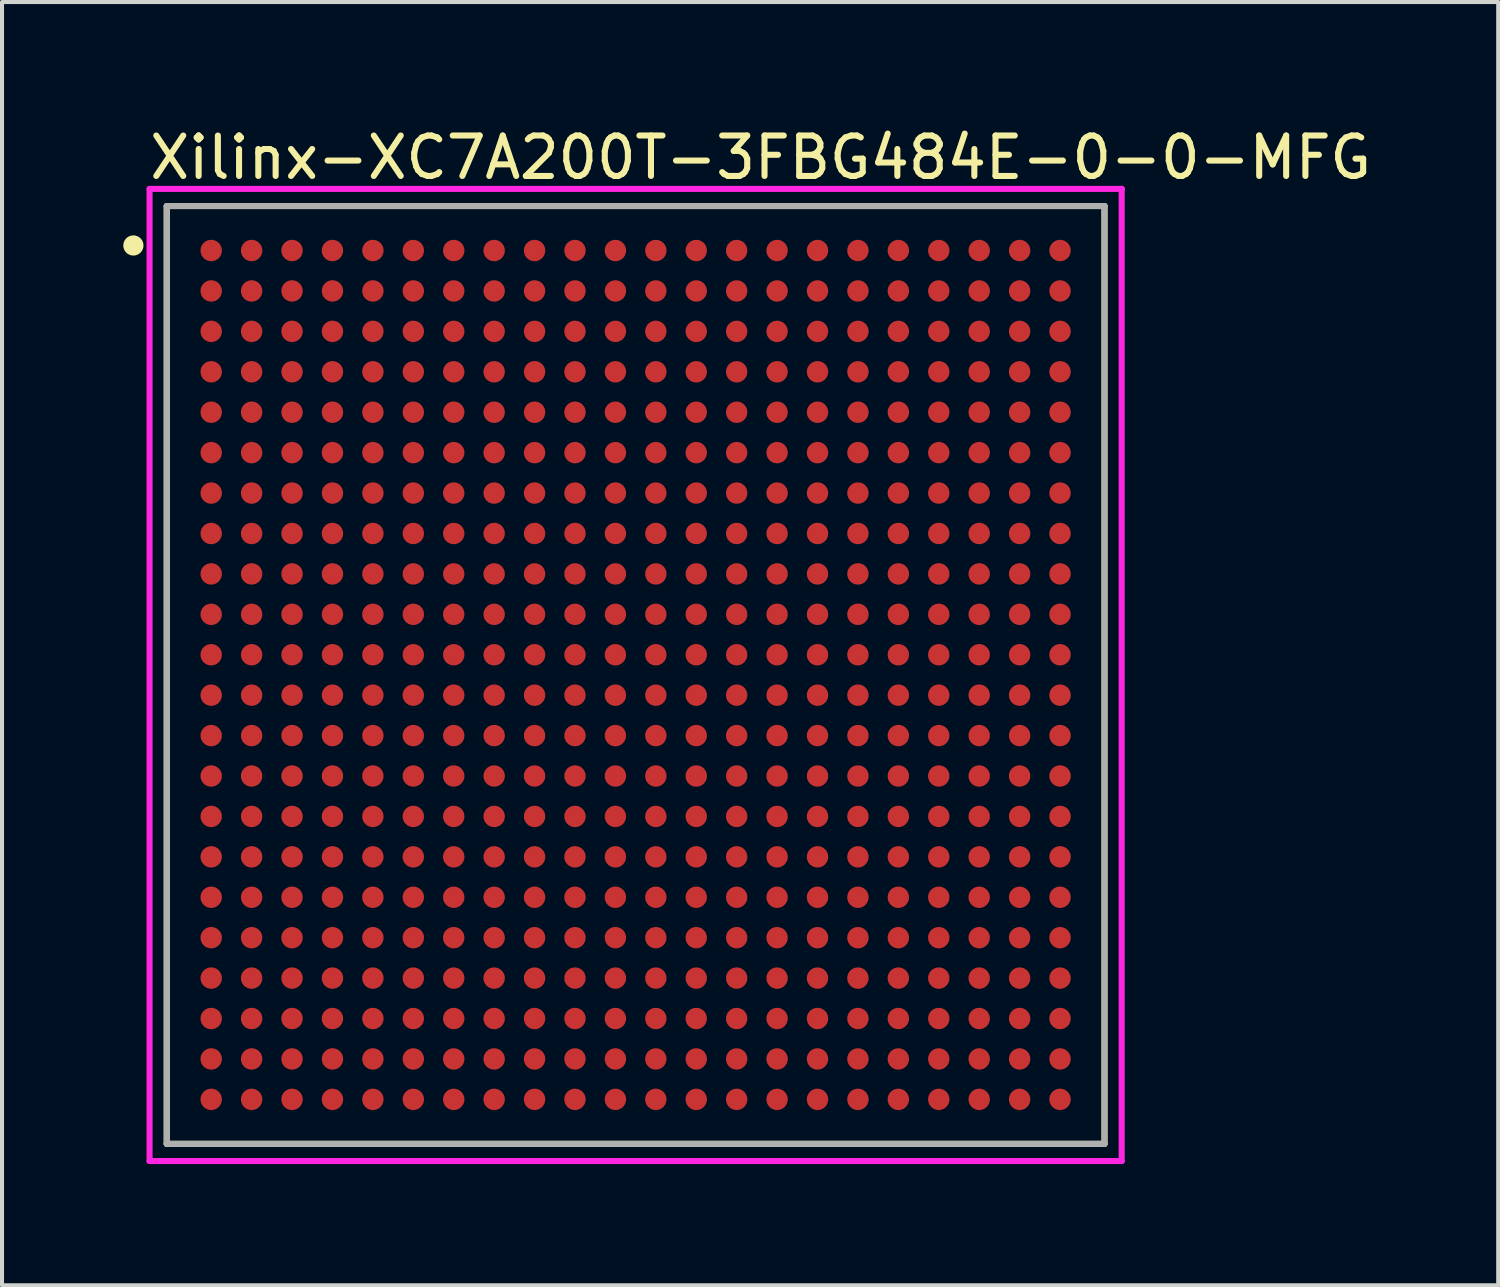
<source format=kicad_pcb>
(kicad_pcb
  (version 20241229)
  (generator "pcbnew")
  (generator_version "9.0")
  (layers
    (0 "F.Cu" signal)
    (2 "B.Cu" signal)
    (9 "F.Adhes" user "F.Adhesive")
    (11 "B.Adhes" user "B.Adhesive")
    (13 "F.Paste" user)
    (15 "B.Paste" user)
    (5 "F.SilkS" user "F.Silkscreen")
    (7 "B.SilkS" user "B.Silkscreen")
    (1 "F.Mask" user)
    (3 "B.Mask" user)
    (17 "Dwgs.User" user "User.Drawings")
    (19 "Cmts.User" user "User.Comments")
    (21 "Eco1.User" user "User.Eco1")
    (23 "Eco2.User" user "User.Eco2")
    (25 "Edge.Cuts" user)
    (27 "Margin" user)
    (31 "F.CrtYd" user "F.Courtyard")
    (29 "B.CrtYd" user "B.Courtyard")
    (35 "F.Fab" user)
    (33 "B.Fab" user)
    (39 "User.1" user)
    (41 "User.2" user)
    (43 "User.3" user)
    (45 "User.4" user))
  (footprint "Xilinx-XC7A200T-3FBG484E-0-0-MFG"
    (layer "F.Cu")
    (at 12.675 13.648)
    (property "Reference" "Xilinx-XC7A200T-3FBG484E-0-0-MFG" (at -12.1 -12.8 0) (layer "F.SilkS") (effects (font (size 1 1) (thickness 0.15)) (justify left)))
    (attr through_hole)
    (fp_line (start -11.6 -11.6) (end 11.6 -11.6) (stroke (width 0.15) (type solid)) (layer "F.SilkS"))
    (fp_line (start -11.6 11.6) (end -11.6 -11.6) (stroke (width 0.15) (type solid)) (layer "F.SilkS"))
    (fp_line (start 11.6 -11.6) (end 11.6 11.6) (stroke (width 0.15) (type solid)) (layer "F.SilkS"))
    (fp_line (start 11.6 11.6) (end -11.6 11.6) (stroke (width 0.15) (type solid)) (layer "F.SilkS"))
    (fp_circle (center -12.425 -10.625) (end -12.3 -10.625) (stroke (width 0.25) (type solid)) (fill no) (layer "F.SilkS"))
    (fp_line (start -12.025 -12.025) (end -12.025 12.025) (stroke (width 0.15) (type solid)) (layer "F.CrtYd"))
    (fp_line (start -12.025 12.025) (end 12.025 12.025) (stroke (width 0.15) (type solid)) (layer "F.CrtYd"))
    (fp_line (start 12.025 -12.025) (end -12.025 -12.025) (stroke (width 0.15) (type solid)) (layer "F.CrtYd"))
    (fp_line (start 12.025 -12.025) (end 12.025 -12.025) (stroke (width 0.15) (type solid)) (layer "F.CrtYd"))
    (fp_line (start 12.025 12.025) (end 12.025 -12.025) (stroke (width 0.15) (type solid)) (layer "F.CrtYd"))
    (fp_line (start -11.6 -11.6) (end 11.6 -11.6) (stroke (width 0.15) (type solid)) (layer "F.Fab"))
    (fp_line (start -11.6 11.6) (end -11.6 -11.6) (stroke (width 0.15) (type solid)) (layer "F.Fab"))
    (fp_line (start 11.6 -11.6) (end 11.6 11.6) (stroke (width 0.15) (type solid)) (layer "F.Fab"))
    (fp_line (start 11.6 11.6) (end -11.6 11.6) (stroke (width 0.15) (type solid)) (layer "F.Fab"))
    (pad "A1" smd circle (at -10.5 -10.5) (size 0.53 0.53) (layers "F.Cu" "F.Mask" "F.Paste"))
    (pad "A2" smd circle (at -9.5 -10.5) (size 0.53 0.53) (layers "F.Cu" "F.Mask" "F.Paste"))
    (pad "A3" smd circle (at -8.5 -10.5) (size 0.53 0.53) (layers "F.Cu" "F.Mask" "F.Paste"))
    (pad "A4" smd circle (at -7.5 -10.5) (size 0.53 0.53) (layers "F.Cu" "F.Mask" "F.Paste"))
    (pad "A5" smd circle (at -6.5 -10.5) (size 0.53 0.53) (layers "F.Cu" "F.Mask" "F.Paste"))
    (pad "A6" smd circle (at -5.5 -10.5) (size 0.53 0.53) (layers "F.Cu" "F.Mask" "F.Paste"))
    (pad "A7" smd circle (at -4.5 -10.5) (size 0.53 0.53) (layers "F.Cu" "F.Mask" "F.Paste"))
    (pad "A8" smd circle (at -3.5 -10.5) (size 0.53 0.53) (layers "F.Cu" "F.Mask" "F.Paste"))
    (pad "A9" smd circle (at -2.5 -10.5) (size 0.53 0.53) (layers "F.Cu" "F.Mask" "F.Paste"))
    (pad "A10" smd circle (at -1.5 -10.5) (size 0.53 0.53) (layers "F.Cu" "F.Mask" "F.Paste"))
    (pad "A11" smd circle (at -0.5 -10.5) (size 0.53 0.53) (layers "F.Cu" "F.Mask" "F.Paste"))
    (pad "A12" smd circle (at 0.5 -10.5) (size 0.53 0.53) (layers "F.Cu" "F.Mask" "F.Paste"))
    (pad "A13" smd circle (at 1.5 -10.5) (size 0.53 0.53) (layers "F.Cu" "F.Mask" "F.Paste"))
    (pad "A14" smd circle (at 2.5 -10.5) (size 0.53 0.53) (layers "F.Cu" "F.Mask" "F.Paste"))
    (pad "A15" smd circle (at 3.5 -10.5) (size 0.53 0.53) (layers "F.Cu" "F.Mask" "F.Paste"))
    (pad "A16" smd circle (at 4.5 -10.5) (size 0.53 0.53) (layers "F.Cu" "F.Mask" "F.Paste"))
    (pad "A17" smd circle (at 5.5 -10.5) (size 0.53 0.53) (layers "F.Cu" "F.Mask" "F.Paste"))
    (pad "A18" smd circle (at 6.5 -10.5) (size 0.53 0.53) (layers "F.Cu" "F.Mask" "F.Paste"))
    (pad "A19" smd circle (at 7.5 -10.5) (size 0.53 0.53) (layers "F.Cu" "F.Mask" "F.Paste"))
    (pad "A20" smd circle (at 8.5 -10.5) (size 0.53 0.53) (layers "F.Cu" "F.Mask" "F.Paste"))
    (pad "A21" smd circle (at 9.5 -10.5) (size 0.53 0.53) (layers "F.Cu" "F.Mask" "F.Paste"))
    (pad "A22" smd circle (at 10.5 -10.5) (size 0.53 0.53) (layers "F.Cu" "F.Mask" "F.Paste"))
    (pad "AA1" smd circle (at -10.5 9.5) (size 0.53 0.53) (layers "F.Cu" "F.Mask" "F.Paste"))
    (pad "AA2" smd circle (at -9.5 9.5) (size 0.53 0.53) (layers "F.Cu" "F.Mask" "F.Paste"))
    (pad "AA3" smd circle (at -8.5 9.5) (size 0.53 0.53) (layers "F.Cu" "F.Mask" "F.Paste"))
    (pad "AA4" smd circle (at -7.5 9.5) (size 0.53 0.53) (layers "F.Cu" "F.Mask" "F.Paste"))
    (pad "AA5" smd circle (at -6.5 9.5) (size 0.53 0.53) (layers "F.Cu" "F.Mask" "F.Paste"))
    (pad "AA6" smd circle (at -5.5 9.5) (size 0.53 0.53) (layers "F.Cu" "F.Mask" "F.Paste"))
    (pad "AA7" smd circle (at -4.5 9.5) (size 0.53 0.53) (layers "F.Cu" "F.Mask" "F.Paste"))
    (pad "AA8" smd circle (at -3.5 9.5) (size 0.53 0.53) (layers "F.Cu" "F.Mask" "F.Paste"))
    (pad "AA9" smd circle (at -2.5 9.5) (size 0.53 0.53) (layers "F.Cu" "F.Mask" "F.Paste"))
    (pad "AA10" smd circle (at -1.5 9.5) (size 0.53 0.53) (layers "F.Cu" "F.Mask" "F.Paste"))
    (pad "AA11" smd circle (at -0.5 9.5) (size 0.53 0.53) (layers "F.Cu" "F.Mask" "F.Paste"))
    (pad "AA12" smd circle (at 0.5 9.5) (size 0.53 0.53) (layers "F.Cu" "F.Mask" "F.Paste"))
    (pad "AA13" smd circle (at 1.5 9.5) (size 0.53 0.53) (layers "F.Cu" "F.Mask" "F.Paste"))
    (pad "AA14" smd circle (at 2.5 9.5) (size 0.53 0.53) (layers "F.Cu" "F.Mask" "F.Paste"))
    (pad "AA15" smd circle (at 3.5 9.5) (size 0.53 0.53) (layers "F.Cu" "F.Mask" "F.Paste"))
    (pad "AA16" smd circle (at 4.5 9.5) (size 0.53 0.53) (layers "F.Cu" "F.Mask" "F.Paste"))
    (pad "AA17" smd circle (at 5.5 9.5) (size 0.53 0.53) (layers "F.Cu" "F.Mask" "F.Paste"))
    (pad "AA18" smd circle (at 6.5 9.5) (size 0.53 0.53) (layers "F.Cu" "F.Mask" "F.Paste"))
    (pad "AA19" smd circle (at 7.5 9.5) (size 0.53 0.53) (layers "F.Cu" "F.Mask" "F.Paste"))
    (pad "AA20" smd circle (at 8.5 9.5) (size 0.53 0.53) (layers "F.Cu" "F.Mask" "F.Paste"))
    (pad "AA21" smd circle (at 9.5 9.5) (size 0.53 0.53) (layers "F.Cu" "F.Mask" "F.Paste"))
    (pad "AA22" smd circle (at 10.5 9.5) (size 0.53 0.53) (layers "F.Cu" "F.Mask" "F.Paste"))
    (pad "AB1" smd circle (at -10.5 10.5) (size 0.53 0.53) (layers "F.Cu" "F.Mask" "F.Paste"))
    (pad "AB2" smd circle (at -9.5 10.5) (size 0.53 0.53) (layers "F.Cu" "F.Mask" "F.Paste"))
    (pad "AB3" smd circle (at -8.5 10.5) (size 0.53 0.53) (layers "F.Cu" "F.Mask" "F.Paste"))
    (pad "AB4" smd circle (at -7.5 10.5) (size 0.53 0.53) (layers "F.Cu" "F.Mask" "F.Paste"))
    (pad "AB5" smd circle (at -6.5 10.5) (size 0.53 0.53) (layers "F.Cu" "F.Mask" "F.Paste"))
    (pad "AB6" smd circle (at -5.5 10.5) (size 0.53 0.53) (layers "F.Cu" "F.Mask" "F.Paste"))
    (pad "AB7" smd circle (at -4.5 10.5) (size 0.53 0.53) (layers "F.Cu" "F.Mask" "F.Paste"))
    (pad "AB8" smd circle (at -3.5 10.5) (size 0.53 0.53) (layers "F.Cu" "F.Mask" "F.Paste"))
    (pad "AB9" smd circle (at -2.5 10.5) (size 0.53 0.53) (layers "F.Cu" "F.Mask" "F.Paste"))
    (pad "AB10" smd circle (at -1.5 10.5) (size 0.53 0.53) (layers "F.Cu" "F.Mask" "F.Paste"))
    (pad "AB11" smd circle (at -0.5 10.5) (size 0.53 0.53) (layers "F.Cu" "F.Mask" "F.Paste"))
    (pad "AB12" smd circle (at 0.5 10.5) (size 0.53 0.53) (layers "F.Cu" "F.Mask" "F.Paste"))
    (pad "AB13" smd circle (at 1.5 10.5) (size 0.53 0.53) (layers "F.Cu" "F.Mask" "F.Paste"))
    (pad "AB14" smd circle (at 2.5 10.5) (size 0.53 0.53) (layers "F.Cu" "F.Mask" "F.Paste"))
    (pad "AB15" smd circle (at 3.5 10.5) (size 0.53 0.53) (layers "F.Cu" "F.Mask" "F.Paste"))
    (pad "AB16" smd circle (at 4.5 10.5) (size 0.53 0.53) (layers "F.Cu" "F.Mask" "F.Paste"))
    (pad "AB17" smd circle (at 5.5 10.5) (size 0.53 0.53) (layers "F.Cu" "F.Mask" "F.Paste"))
    (pad "AB18" smd circle (at 6.5 10.5) (size 0.53 0.53) (layers "F.Cu" "F.Mask" "F.Paste"))
    (pad "AB19" smd circle (at 7.5 10.5) (size 0.53 0.53) (layers "F.Cu" "F.Mask" "F.Paste"))
    (pad "AB20" smd circle (at 8.5 10.5) (size 0.53 0.53) (layers "F.Cu" "F.Mask" "F.Paste"))
    (pad "AB21" smd circle (at 9.5 10.5) (size 0.53 0.53) (layers "F.Cu" "F.Mask" "F.Paste"))
    (pad "AB22" smd circle (at 10.5 10.5) (size 0.53 0.53) (layers "F.Cu" "F.Mask" "F.Paste"))
    (pad "B1" smd circle (at -10.5 -9.5) (size 0.53 0.53) (layers "F.Cu" "F.Mask" "F.Paste"))
    (pad "B2" smd circle (at -9.5 -9.5) (size 0.53 0.53) (layers "F.Cu" "F.Mask" "F.Paste"))
    (pad "B3" smd circle (at -8.5 -9.5) (size 0.53 0.53) (layers "F.Cu" "F.Mask" "F.Paste"))
    (pad "B4" smd circle (at -7.5 -9.5) (size 0.53 0.53) (layers "F.Cu" "F.Mask" "F.Paste"))
    (pad "B5" smd circle (at -6.5 -9.5) (size 0.53 0.53) (layers "F.Cu" "F.Mask" "F.Paste"))
    (pad "B6" smd circle (at -5.5 -9.5) (size 0.53 0.53) (layers "F.Cu" "F.Mask" "F.Paste"))
    (pad "B7" smd circle (at -4.5 -9.5) (size 0.53 0.53) (layers "F.Cu" "F.Mask" "F.Paste"))
    (pad "B8" smd circle (at -3.5 -9.5) (size 0.53 0.53) (layers "F.Cu" "F.Mask" "F.Paste"))
    (pad "B9" smd circle (at -2.5 -9.5) (size 0.53 0.53) (layers "F.Cu" "F.Mask" "F.Paste"))
    (pad "B10" smd circle (at -1.5 -9.5) (size 0.53 0.53) (layers "F.Cu" "F.Mask" "F.Paste"))
    (pad "B11" smd circle (at -0.5 -9.5) (size 0.53 0.53) (layers "F.Cu" "F.Mask" "F.Paste"))
    (pad "B12" smd circle (at 0.5 -9.5) (size 0.53 0.53) (layers "F.Cu" "F.Mask" "F.Paste"))
    (pad "B13" smd circle (at 1.5 -9.5) (size 0.53 0.53) (layers "F.Cu" "F.Mask" "F.Paste"))
    (pad "B14" smd circle (at 2.5 -9.5) (size 0.53 0.53) (layers "F.Cu" "F.Mask" "F.Paste"))
    (pad "B15" smd circle (at 3.5 -9.5) (size 0.53 0.53) (layers "F.Cu" "F.Mask" "F.Paste"))
    (pad "B16" smd circle (at 4.5 -9.5) (size 0.53 0.53) (layers "F.Cu" "F.Mask" "F.Paste"))
    (pad "B17" smd circle (at 5.5 -9.5) (size 0.53 0.53) (layers "F.Cu" "F.Mask" "F.Paste"))
    (pad "B18" smd circle (at 6.5 -9.5) (size 0.53 0.53) (layers "F.Cu" "F.Mask" "F.Paste"))
    (pad "B19" smd circle (at 7.5 -9.5) (size 0.53 0.53) (layers "F.Cu" "F.Mask" "F.Paste"))
    (pad "B20" smd circle (at 8.5 -9.5) (size 0.53 0.53) (layers "F.Cu" "F.Mask" "F.Paste"))
    (pad "B21" smd circle (at 9.5 -9.5) (size 0.53 0.53) (layers "F.Cu" "F.Mask" "F.Paste"))
    (pad "B22" smd circle (at 10.5 -9.5) (size 0.53 0.53) (layers "F.Cu" "F.Mask" "F.Paste"))
    (pad "C1" smd circle (at -10.5 -8.5) (size 0.53 0.53) (layers "F.Cu" "F.Mask" "F.Paste"))
    (pad "C2" smd circle (at -9.5 -8.5) (size 0.53 0.53) (layers "F.Cu" "F.Mask" "F.Paste"))
    (pad "C3" smd circle (at -8.5 -8.5) (size 0.53 0.53) (layers "F.Cu" "F.Mask" "F.Paste"))
    (pad "C4" smd circle (at -7.5 -8.5) (size 0.53 0.53) (layers "F.Cu" "F.Mask" "F.Paste"))
    (pad "C5" smd circle (at -6.5 -8.5) (size 0.53 0.53) (layers "F.Cu" "F.Mask" "F.Paste"))
    (pad "C6" smd circle (at -5.5 -8.5) (size 0.53 0.53) (layers "F.Cu" "F.Mask" "F.Paste"))
    (pad "C7" smd circle (at -4.5 -8.5) (size 0.53 0.53) (layers "F.Cu" "F.Mask" "F.Paste"))
    (pad "C8" smd circle (at -3.5 -8.5) (size 0.53 0.53) (layers "F.Cu" "F.Mask" "F.Paste"))
    (pad "C9" smd circle (at -2.5 -8.5) (size 0.53 0.53) (layers "F.Cu" "F.Mask" "F.Paste"))
    (pad "C10" smd circle (at -1.5 -8.5) (size 0.53 0.53) (layers "F.Cu" "F.Mask" "F.Paste"))
    (pad "C11" smd circle (at -0.5 -8.5) (size 0.53 0.53) (layers "F.Cu" "F.Mask" "F.Paste"))
    (pad "C12" smd circle (at 0.5 -8.5) (size 0.53 0.53) (layers "F.Cu" "F.Mask" "F.Paste"))
    (pad "C13" smd circle (at 1.5 -8.5) (size 0.53 0.53) (layers "F.Cu" "F.Mask" "F.Paste"))
    (pad "C14" smd circle (at 2.5 -8.5) (size 0.53 0.53) (layers "F.Cu" "F.Mask" "F.Paste"))
    (pad "C15" smd circle (at 3.5 -8.5) (size 0.53 0.53) (layers "F.Cu" "F.Mask" "F.Paste"))
    (pad "C16" smd circle (at 4.5 -8.5) (size 0.53 0.53) (layers "F.Cu" "F.Mask" "F.Paste"))
    (pad "C17" smd circle (at 5.5 -8.5) (size 0.53 0.53) (layers "F.Cu" "F.Mask" "F.Paste"))
    (pad "C18" smd circle (at 6.5 -8.5) (size 0.53 0.53) (layers "F.Cu" "F.Mask" "F.Paste"))
    (pad "C19" smd circle (at 7.5 -8.5) (size 0.53 0.53) (layers "F.Cu" "F.Mask" "F.Paste"))
    (pad "C20" smd circle (at 8.5 -8.5) (size 0.53 0.53) (layers "F.Cu" "F.Mask" "F.Paste"))
    (pad "C21" smd circle (at 9.5 -8.5) (size 0.53 0.53) (layers "F.Cu" "F.Mask" "F.Paste"))
    (pad "C22" smd circle (at 10.5 -8.5) (size 0.53 0.53) (layers "F.Cu" "F.Mask" "F.Paste"))
    (pad "D1" smd circle (at -10.5 -7.5) (size 0.53 0.53) (layers "F.Cu" "F.Mask" "F.Paste"))
    (pad "D2" smd circle (at -9.5 -7.5) (size 0.53 0.53) (layers "F.Cu" "F.Mask" "F.Paste"))
    (pad "D3" smd circle (at -8.5 -7.5) (size 0.53 0.53) (layers "F.Cu" "F.Mask" "F.Paste"))
    (pad "D4" smd circle (at -7.5 -7.5) (size 0.53 0.53) (layers "F.Cu" "F.Mask" "F.Paste"))
    (pad "D5" smd circle (at -6.5 -7.5) (size 0.53 0.53) (layers "F.Cu" "F.Mask" "F.Paste"))
    (pad "D6" smd circle (at -5.5 -7.5) (size 0.53 0.53) (layers "F.Cu" "F.Mask" "F.Paste"))
    (pad "D7" smd circle (at -4.5 -7.5) (size 0.53 0.53) (layers "F.Cu" "F.Mask" "F.Paste"))
    (pad "D8" smd circle (at -3.5 -7.5) (size 0.53 0.53) (layers "F.Cu" "F.Mask" "F.Paste"))
    (pad "D9" smd circle (at -2.5 -7.5) (size 0.53 0.53) (layers "F.Cu" "F.Mask" "F.Paste"))
    (pad "D10" smd circle (at -1.5 -7.5) (size 0.53 0.53) (layers "F.Cu" "F.Mask" "F.Paste"))
    (pad "D11" smd circle (at -0.5 -7.5) (size 0.53 0.53) (layers "F.Cu" "F.Mask" "F.Paste"))
    (pad "D12" smd circle (at 0.5 -7.5) (size 0.53 0.53) (layers "F.Cu" "F.Mask" "F.Paste"))
    (pad "D13" smd circle (at 1.5 -7.5) (size 0.53 0.53) (layers "F.Cu" "F.Mask" "F.Paste"))
    (pad "D14" smd circle (at 2.5 -7.5) (size 0.53 0.53) (layers "F.Cu" "F.Mask" "F.Paste"))
    (pad "D15" smd circle (at 3.5 -7.5) (size 0.53 0.53) (layers "F.Cu" "F.Mask" "F.Paste"))
    (pad "D16" smd circle (at 4.5 -7.5) (size 0.53 0.53) (layers "F.Cu" "F.Mask" "F.Paste"))
    (pad "D17" smd circle (at 5.5 -7.5) (size 0.53 0.53) (layers "F.Cu" "F.Mask" "F.Paste"))
    (pad "D18" smd circle (at 6.5 -7.5) (size 0.53 0.53) (layers "F.Cu" "F.Mask" "F.Paste"))
    (pad "D19" smd circle (at 7.5 -7.5) (size 0.53 0.53) (layers "F.Cu" "F.Mask" "F.Paste"))
    (pad "D20" smd circle (at 8.5 -7.5) (size 0.53 0.53) (layers "F.Cu" "F.Mask" "F.Paste"))
    (pad "D21" smd circle (at 9.5 -7.5) (size 0.53 0.53) (layers "F.Cu" "F.Mask" "F.Paste"))
    (pad "D22" smd circle (at 10.5 -7.5) (size 0.53 0.53) (layers "F.Cu" "F.Mask" "F.Paste"))
    (pad "E1" smd circle (at -10.5 -6.5) (size 0.53 0.53) (layers "F.Cu" "F.Mask" "F.Paste"))
    (pad "E2" smd circle (at -9.5 -6.5) (size 0.53 0.53) (layers "F.Cu" "F.Mask" "F.Paste"))
    (pad "E3" smd circle (at -8.5 -6.5) (size 0.53 0.53) (layers "F.Cu" "F.Mask" "F.Paste"))
    (pad "E4" smd circle (at -7.5 -6.5) (size 0.53 0.53) (layers "F.Cu" "F.Mask" "F.Paste"))
    (pad "E5" smd circle (at -6.5 -6.5) (size 0.53 0.53) (layers "F.Cu" "F.Mask" "F.Paste"))
    (pad "E6" smd circle (at -5.5 -6.5) (size 0.53 0.53) (layers "F.Cu" "F.Mask" "F.Paste"))
    (pad "E7" smd circle (at -4.5 -6.5) (size 0.53 0.53) (layers "F.Cu" "F.Mask" "F.Paste"))
    (pad "E8" smd circle (at -3.5 -6.5) (size 0.53 0.53) (layers "F.Cu" "F.Mask" "F.Paste"))
    (pad "E9" smd circle (at -2.5 -6.5) (size 0.53 0.53) (layers "F.Cu" "F.Mask" "F.Paste"))
    (pad "E10" smd circle (at -1.5 -6.5) (size 0.53 0.53) (layers "F.Cu" "F.Mask" "F.Paste"))
    (pad "E11" smd circle (at -0.5 -6.5) (size 0.53 0.53) (layers "F.Cu" "F.Mask" "F.Paste"))
    (pad "E12" smd circle (at 0.5 -6.5) (size 0.53 0.53) (layers "F.Cu" "F.Mask" "F.Paste"))
    (pad "E13" smd circle (at 1.5 -6.5) (size 0.53 0.53) (layers "F.Cu" "F.Mask" "F.Paste"))
    (pad "E14" smd circle (at 2.5 -6.5) (size 0.53 0.53) (layers "F.Cu" "F.Mask" "F.Paste"))
    (pad "E15" smd circle (at 3.5 -6.5) (size 0.53 0.53) (layers "F.Cu" "F.Mask" "F.Paste"))
    (pad "E16" smd circle (at 4.5 -6.5) (size 0.53 0.53) (layers "F.Cu" "F.Mask" "F.Paste"))
    (pad "E17" smd circle (at 5.5 -6.5) (size 0.53 0.53) (layers "F.Cu" "F.Mask" "F.Paste"))
    (pad "E18" smd circle (at 6.5 -6.5) (size 0.53 0.53) (layers "F.Cu" "F.Mask" "F.Paste"))
    (pad "E19" smd circle (at 7.5 -6.5) (size 0.53 0.53) (layers "F.Cu" "F.Mask" "F.Paste"))
    (pad "E20" smd circle (at 8.5 -6.5) (size 0.53 0.53) (layers "F.Cu" "F.Mask" "F.Paste"))
    (pad "E21" smd circle (at 9.5 -6.5) (size 0.53 0.53) (layers "F.Cu" "F.Mask" "F.Paste"))
    (pad "E22" smd circle (at 10.5 -6.5) (size 0.53 0.53) (layers "F.Cu" "F.Mask" "F.Paste"))
    (pad "F1" smd circle (at -10.5 -5.5) (size 0.53 0.53) (layers "F.Cu" "F.Mask" "F.Paste"))
    (pad "F2" smd circle (at -9.5 -5.5) (size 0.53 0.53) (layers "F.Cu" "F.Mask" "F.Paste"))
    (pad "F3" smd circle (at -8.5 -5.5) (size 0.53 0.53) (layers "F.Cu" "F.Mask" "F.Paste"))
    (pad "F4" smd circle (at -7.5 -5.5) (size 0.53 0.53) (layers "F.Cu" "F.Mask" "F.Paste"))
    (pad "F5" smd circle (at -6.5 -5.5) (size 0.53 0.53) (layers "F.Cu" "F.Mask" "F.Paste"))
    (pad "F6" smd circle (at -5.5 -5.5) (size 0.53 0.53) (layers "F.Cu" "F.Mask" "F.Paste"))
    (pad "F7" smd circle (at -4.5 -5.5) (size 0.53 0.53) (layers "F.Cu" "F.Mask" "F.Paste"))
    (pad "F8" smd circle (at -3.5 -5.5) (size 0.53 0.53) (layers "F.Cu" "F.Mask" "F.Paste"))
    (pad "F9" smd circle (at -2.5 -5.5) (size 0.53 0.53) (layers "F.Cu" "F.Mask" "F.Paste"))
    (pad "F10" smd circle (at -1.5 -5.5) (size 0.53 0.53) (layers "F.Cu" "F.Mask" "F.Paste"))
    (pad "F11" smd circle (at -0.5 -5.5) (size 0.53 0.53) (layers "F.Cu" "F.Mask" "F.Paste"))
    (pad "F12" smd circle (at 0.5 -5.5) (size 0.53 0.53) (layers "F.Cu" "F.Mask" "F.Paste"))
    (pad "F13" smd circle (at 1.5 -5.5) (size 0.53 0.53) (layers "F.Cu" "F.Mask" "F.Paste"))
    (pad "F14" smd circle (at 2.5 -5.5) (size 0.53 0.53) (layers "F.Cu" "F.Mask" "F.Paste"))
    (pad "F15" smd circle (at 3.5 -5.5) (size 0.53 0.53) (layers "F.Cu" "F.Mask" "F.Paste"))
    (pad "F16" smd circle (at 4.5 -5.5) (size 0.53 0.53) (layers "F.Cu" "F.Mask" "F.Paste"))
    (pad "F17" smd circle (at 5.5 -5.5) (size 0.53 0.53) (layers "F.Cu" "F.Mask" "F.Paste"))
    (pad "F18" smd circle (at 6.5 -5.5) (size 0.53 0.53) (layers "F.Cu" "F.Mask" "F.Paste"))
    (pad "F19" smd circle (at 7.5 -5.5) (size 0.53 0.53) (layers "F.Cu" "F.Mask" "F.Paste"))
    (pad "F20" smd circle (at 8.5 -5.5) (size 0.53 0.53) (layers "F.Cu" "F.Mask" "F.Paste"))
    (pad "F21" smd circle (at 9.5 -5.5) (size 0.53 0.53) (layers "F.Cu" "F.Mask" "F.Paste"))
    (pad "F22" smd circle (at 10.5 -5.5) (size 0.53 0.53) (layers "F.Cu" "F.Mask" "F.Paste"))
    (pad "G1" smd circle (at -10.5 -4.5) (size 0.53 0.53) (layers "F.Cu" "F.Mask" "F.Paste"))
    (pad "G2" smd circle (at -9.5 -4.5) (size 0.53 0.53) (layers "F.Cu" "F.Mask" "F.Paste"))
    (pad "G3" smd circle (at -8.5 -4.5) (size 0.53 0.53) (layers "F.Cu" "F.Mask" "F.Paste"))
    (pad "G4" smd circle (at -7.5 -4.5) (size 0.53 0.53) (layers "F.Cu" "F.Mask" "F.Paste"))
    (pad "G5" smd circle (at -6.5 -4.5) (size 0.53 0.53) (layers "F.Cu" "F.Mask" "F.Paste"))
    (pad "G6" smd circle (at -5.5 -4.5) (size 0.53 0.53) (layers "F.Cu" "F.Mask" "F.Paste"))
    (pad "G7" smd circle (at -4.5 -4.5) (size 0.53 0.53) (layers "F.Cu" "F.Mask" "F.Paste"))
    (pad "G8" smd circle (at -3.5 -4.5) (size 0.53 0.53) (layers "F.Cu" "F.Mask" "F.Paste"))
    (pad "G9" smd circle (at -2.5 -4.5) (size 0.53 0.53) (layers "F.Cu" "F.Mask" "F.Paste"))
    (pad "G10" smd circle (at -1.5 -4.5) (size 0.53 0.53) (layers "F.Cu" "F.Mask" "F.Paste"))
    (pad "G11" smd circle (at -0.5 -4.5) (size 0.53 0.53) (layers "F.Cu" "F.Mask" "F.Paste"))
    (pad "G12" smd circle (at 0.5 -4.5) (size 0.53 0.53) (layers "F.Cu" "F.Mask" "F.Paste"))
    (pad "G13" smd circle (at 1.5 -4.5) (size 0.53 0.53) (layers "F.Cu" "F.Mask" "F.Paste"))
    (pad "G14" smd circle (at 2.5 -4.5) (size 0.53 0.53) (layers "F.Cu" "F.Mask" "F.Paste"))
    (pad "G15" smd circle (at 3.5 -4.5) (size 0.53 0.53) (layers "F.Cu" "F.Mask" "F.Paste"))
    (pad "G16" smd circle (at 4.5 -4.5) (size 0.53 0.53) (layers "F.Cu" "F.Mask" "F.Paste"))
    (pad "G17" smd circle (at 5.5 -4.5) (size 0.53 0.53) (layers "F.Cu" "F.Mask" "F.Paste"))
    (pad "G18" smd circle (at 6.5 -4.5) (size 0.53 0.53) (layers "F.Cu" "F.Mask" "F.Paste"))
    (pad "G19" smd circle (at 7.5 -4.5) (size 0.53 0.53) (layers "F.Cu" "F.Mask" "F.Paste"))
    (pad "G20" smd circle (at 8.5 -4.5) (size 0.53 0.53) (layers "F.Cu" "F.Mask" "F.Paste"))
    (pad "G21" smd circle (at 9.5 -4.5) (size 0.53 0.53) (layers "F.Cu" "F.Mask" "F.Paste"))
    (pad "G22" smd circle (at 10.5 -4.5) (size 0.53 0.53) (layers "F.Cu" "F.Mask" "F.Paste"))
    (pad "H1" smd circle (at -10.5 -3.5) (size 0.53 0.53) (layers "F.Cu" "F.Mask" "F.Paste"))
    (pad "H2" smd circle (at -9.5 -3.5) (size 0.53 0.53) (layers "F.Cu" "F.Mask" "F.Paste"))
    (pad "H3" smd circle (at -8.5 -3.5) (size 0.53 0.53) (layers "F.Cu" "F.Mask" "F.Paste"))
    (pad "H4" smd circle (at -7.5 -3.5) (size 0.53 0.53) (layers "F.Cu" "F.Mask" "F.Paste"))
    (pad "H5" smd circle (at -6.5 -3.5) (size 0.53 0.53) (layers "F.Cu" "F.Mask" "F.Paste"))
    (pad "H6" smd circle (at -5.5 -3.5) (size 0.53 0.53) (layers "F.Cu" "F.Mask" "F.Paste"))
    (pad "H7" smd circle (at -4.5 -3.5) (size 0.53 0.53) (layers "F.Cu" "F.Mask" "F.Paste"))
    (pad "H8" smd circle (at -3.5 -3.5) (size 0.53 0.53) (layers "F.Cu" "F.Mask" "F.Paste"))
    (pad "H9" smd circle (at -2.5 -3.5) (size 0.53 0.53) (layers "F.Cu" "F.Mask" "F.Paste"))
    (pad "H10" smd circle (at -1.5 -3.5) (size 0.53 0.53) (layers "F.Cu" "F.Mask" "F.Paste"))
    (pad "H11" smd circle (at -0.5 -3.5) (size 0.53 0.53) (layers "F.Cu" "F.Mask" "F.Paste"))
    (pad "H12" smd circle (at 0.5 -3.5) (size 0.53 0.53) (layers "F.Cu" "F.Mask" "F.Paste"))
    (pad "H13" smd circle (at 1.5 -3.5) (size 0.53 0.53) (layers "F.Cu" "F.Mask" "F.Paste"))
    (pad "H14" smd circle (at 2.5 -3.5) (size 0.53 0.53) (layers "F.Cu" "F.Mask" "F.Paste"))
    (pad "H15" smd circle (at 3.5 -3.5) (size 0.53 0.53) (layers "F.Cu" "F.Mask" "F.Paste"))
    (pad "H16" smd circle (at 4.5 -3.5) (size 0.53 0.53) (layers "F.Cu" "F.Mask" "F.Paste"))
    (pad "H17" smd circle (at 5.5 -3.5) (size 0.53 0.53) (layers "F.Cu" "F.Mask" "F.Paste"))
    (pad "H18" smd circle (at 6.5 -3.5) (size 0.53 0.53) (layers "F.Cu" "F.Mask" "F.Paste"))
    (pad "H19" smd circle (at 7.5 -3.5) (size 0.53 0.53) (layers "F.Cu" "F.Mask" "F.Paste"))
    (pad "H20" smd circle (at 8.5 -3.5) (size 0.53 0.53) (layers "F.Cu" "F.Mask" "F.Paste"))
    (pad "H21" smd circle (at 9.5 -3.5) (size 0.53 0.53) (layers "F.Cu" "F.Mask" "F.Paste"))
    (pad "H22" smd circle (at 10.5 -3.5) (size 0.53 0.53) (layers "F.Cu" "F.Mask" "F.Paste"))
    (pad "J1" smd circle (at -10.5 -2.5) (size 0.53 0.53) (layers "F.Cu" "F.Mask" "F.Paste"))
    (pad "J2" smd circle (at -9.5 -2.5) (size 0.53 0.53) (layers "F.Cu" "F.Mask" "F.Paste"))
    (pad "J3" smd circle (at -8.5 -2.5) (size 0.53 0.53) (layers "F.Cu" "F.Mask" "F.Paste"))
    (pad "J4" smd circle (at -7.5 -2.5) (size 0.53 0.53) (layers "F.Cu" "F.Mask" "F.Paste"))
    (pad "J5" smd circle (at -6.5 -2.5) (size 0.53 0.53) (layers "F.Cu" "F.Mask" "F.Paste"))
    (pad "J6" smd circle (at -5.5 -2.5) (size 0.53 0.53) (layers "F.Cu" "F.Mask" "F.Paste"))
    (pad "J7" smd circle (at -4.5 -2.5) (size 0.53 0.53) (layers "F.Cu" "F.Mask" "F.Paste"))
    (pad "J8" smd circle (at -3.5 -2.5) (size 0.53 0.53) (layers "F.Cu" "F.Mask" "F.Paste"))
    (pad "J9" smd circle (at -2.5 -2.5) (size 0.53 0.53) (layers "F.Cu" "F.Mask" "F.Paste"))
    (pad "J10" smd circle (at -1.5 -2.5) (size 0.53 0.53) (layers "F.Cu" "F.Mask" "F.Paste"))
    (pad "J11" smd circle (at -0.5 -2.5) (size 0.53 0.53) (layers "F.Cu" "F.Mask" "F.Paste"))
    (pad "J12" smd circle (at 0.5 -2.5) (size 0.53 0.53) (layers "F.Cu" "F.Mask" "F.Paste"))
    (pad "J13" smd circle (at 1.5 -2.5) (size 0.53 0.53) (layers "F.Cu" "F.Mask" "F.Paste"))
    (pad "J14" smd circle (at 2.5 -2.5) (size 0.53 0.53) (layers "F.Cu" "F.Mask" "F.Paste"))
    (pad "J15" smd circle (at 3.5 -2.5) (size 0.53 0.53) (layers "F.Cu" "F.Mask" "F.Paste"))
    (pad "J16" smd circle (at 4.5 -2.5) (size 0.53 0.53) (layers "F.Cu" "F.Mask" "F.Paste"))
    (pad "J17" smd circle (at 5.5 -2.5) (size 0.53 0.53) (layers "F.Cu" "F.Mask" "F.Paste"))
    (pad "J18" smd circle (at 6.5 -2.5) (size 0.53 0.53) (layers "F.Cu" "F.Mask" "F.Paste"))
    (pad "J19" smd circle (at 7.5 -2.5) (size 0.53 0.53) (layers "F.Cu" "F.Mask" "F.Paste"))
    (pad "J20" smd circle (at 8.5 -2.5) (size 0.53 0.53) (layers "F.Cu" "F.Mask" "F.Paste"))
    (pad "J21" smd circle (at 9.5 -2.5) (size 0.53 0.53) (layers "F.Cu" "F.Mask" "F.Paste"))
    (pad "J22" smd circle (at 10.5 -2.5) (size 0.53 0.53) (layers "F.Cu" "F.Mask" "F.Paste"))
    (pad "K1" smd circle (at -10.5 -1.5) (size 0.53 0.53) (layers "F.Cu" "F.Mask" "F.Paste"))
    (pad "K2" smd circle (at -9.5 -1.5) (size 0.53 0.53) (layers "F.Cu" "F.Mask" "F.Paste"))
    (pad "K3" smd circle (at -8.5 -1.5) (size 0.53 0.53) (layers "F.Cu" "F.Mask" "F.Paste"))
    (pad "K4" smd circle (at -7.5 -1.5) (size 0.53 0.53) (layers "F.Cu" "F.Mask" "F.Paste"))
    (pad "K5" smd circle (at -6.5 -1.5) (size 0.53 0.53) (layers "F.Cu" "F.Mask" "F.Paste"))
    (pad "K6" smd circle (at -5.5 -1.5) (size 0.53 0.53) (layers "F.Cu" "F.Mask" "F.Paste"))
    (pad "K7" smd circle (at -4.5 -1.5) (size 0.53 0.53) (layers "F.Cu" "F.Mask" "F.Paste"))
    (pad "K8" smd circle (at -3.5 -1.5) (size 0.53 0.53) (layers "F.Cu" "F.Mask" "F.Paste"))
    (pad "K9" smd circle (at -2.5 -1.5) (size 0.53 0.53) (layers "F.Cu" "F.Mask" "F.Paste"))
    (pad "K10" smd circle (at -1.5 -1.5) (size 0.53 0.53) (layers "F.Cu" "F.Mask" "F.Paste"))
    (pad "K11" smd circle (at -0.5 -1.5) (size 0.53 0.53) (layers "F.Cu" "F.Mask" "F.Paste"))
    (pad "K12" smd circle (at 0.5 -1.5) (size 0.53 0.53) (layers "F.Cu" "F.Mask" "F.Paste"))
    (pad "K13" smd circle (at 1.5 -1.5) (size 0.53 0.53) (layers "F.Cu" "F.Mask" "F.Paste"))
    (pad "K14" smd circle (at 2.5 -1.5) (size 0.53 0.53) (layers "F.Cu" "F.Mask" "F.Paste"))
    (pad "K15" smd circle (at 3.5 -1.5) (size 0.53 0.53) (layers "F.Cu" "F.Mask" "F.Paste"))
    (pad "K16" smd circle (at 4.5 -1.5) (size 0.53 0.53) (layers "F.Cu" "F.Mask" "F.Paste"))
    (pad "K17" smd circle (at 5.5 -1.5) (size 0.53 0.53) (layers "F.Cu" "F.Mask" "F.Paste"))
    (pad "K18" smd circle (at 6.5 -1.5) (size 0.53 0.53) (layers "F.Cu" "F.Mask" "F.Paste"))
    (pad "K19" smd circle (at 7.5 -1.5) (size 0.53 0.53) (layers "F.Cu" "F.Mask" "F.Paste"))
    (pad "K20" smd circle (at 8.5 -1.5) (size 0.53 0.53) (layers "F.Cu" "F.Mask" "F.Paste"))
    (pad "K21" smd circle (at 9.5 -1.5) (size 0.53 0.53) (layers "F.Cu" "F.Mask" "F.Paste"))
    (pad "K22" smd circle (at 10.5 -1.5) (size 0.53 0.53) (layers "F.Cu" "F.Mask" "F.Paste"))
    (pad "L1" smd circle (at -10.5 -0.5) (size 0.53 0.53) (layers "F.Cu" "F.Mask" "F.Paste"))
    (pad "L2" smd circle (at -9.5 -0.5) (size 0.53 0.53) (layers "F.Cu" "F.Mask" "F.Paste"))
    (pad "L3" smd circle (at -8.5 -0.5) (size 0.53 0.53) (layers "F.Cu" "F.Mask" "F.Paste"))
    (pad "L4" smd circle (at -7.5 -0.5) (size 0.53 0.53) (layers "F.Cu" "F.Mask" "F.Paste"))
    (pad "L5" smd circle (at -6.5 -0.5) (size 0.53 0.53) (layers "F.Cu" "F.Mask" "F.Paste"))
    (pad "L6" smd circle (at -5.5 -0.5) (size 0.53 0.53) (layers "F.Cu" "F.Mask" "F.Paste"))
    (pad "L7" smd circle (at -4.5 -0.5) (size 0.53 0.53) (layers "F.Cu" "F.Mask" "F.Paste"))
    (pad "L8" smd circle (at -3.5 -0.5) (size 0.53 0.53) (layers "F.Cu" "F.Mask" "F.Paste"))
    (pad "L9" smd circle (at -2.5 -0.5) (size 0.53 0.53) (layers "F.Cu" "F.Mask" "F.Paste"))
    (pad "L10" smd circle (at -1.5 -0.5) (size 0.53 0.53) (layers "F.Cu" "F.Mask" "F.Paste"))
    (pad "L11" smd circle (at -0.5 -0.5) (size 0.53 0.53) (layers "F.Cu" "F.Mask" "F.Paste"))
    (pad "L12" smd circle (at 0.5 -0.5) (size 0.53 0.53) (layers "F.Cu" "F.Mask" "F.Paste"))
    (pad "L13" smd circle (at 1.5 -0.5) (size 0.53 0.53) (layers "F.Cu" "F.Mask" "F.Paste"))
    (pad "L14" smd circle (at 2.5 -0.5) (size 0.53 0.53) (layers "F.Cu" "F.Mask" "F.Paste"))
    (pad "L15" smd circle (at 3.5 -0.5) (size 0.53 0.53) (layers "F.Cu" "F.Mask" "F.Paste"))
    (pad "L16" smd circle (at 4.5 -0.5) (size 0.53 0.53) (layers "F.Cu" "F.Mask" "F.Paste"))
    (pad "L17" smd circle (at 5.5 -0.5) (size 0.53 0.53) (layers "F.Cu" "F.Mask" "F.Paste"))
    (pad "L18" smd circle (at 6.5 -0.5) (size 0.53 0.53) (layers "F.Cu" "F.Mask" "F.Paste"))
    (pad "L19" smd circle (at 7.5 -0.5) (size 0.53 0.53) (layers "F.Cu" "F.Mask" "F.Paste"))
    (pad "L20" smd circle (at 8.5 -0.5) (size 0.53 0.53) (layers "F.Cu" "F.Mask" "F.Paste"))
    (pad "L21" smd circle (at 9.5 -0.5) (size 0.53 0.53) (layers "F.Cu" "F.Mask" "F.Paste"))
    (pad "L22" smd circle (at 10.5 -0.5) (size 0.53 0.53) (layers "F.Cu" "F.Mask" "F.Paste"))
    (pad "M1" smd circle (at -10.5 0.5) (size 0.53 0.53) (layers "F.Cu" "F.Mask" "F.Paste"))
    (pad "M2" smd circle (at -9.5 0.5) (size 0.53 0.53) (layers "F.Cu" "F.Mask" "F.Paste"))
    (pad "M3" smd circle (at -8.5 0.5) (size 0.53 0.53) (layers "F.Cu" "F.Mask" "F.Paste"))
    (pad "M4" smd circle (at -7.5 0.5) (size 0.53 0.53) (layers "F.Cu" "F.Mask" "F.Paste"))
    (pad "M5" smd circle (at -6.5 0.5) (size 0.53 0.53) (layers "F.Cu" "F.Mask" "F.Paste"))
    (pad "M6" smd circle (at -5.5 0.5) (size 0.53 0.53) (layers "F.Cu" "F.Mask" "F.Paste"))
    (pad "M7" smd circle (at -4.5 0.5) (size 0.53 0.53) (layers "F.Cu" "F.Mask" "F.Paste"))
    (pad "M8" smd circle (at -3.5 0.5) (size 0.53 0.53) (layers "F.Cu" "F.Mask" "F.Paste"))
    (pad "M9" smd circle (at -2.5 0.5) (size 0.53 0.53) (layers "F.Cu" "F.Mask" "F.Paste"))
    (pad "M10" smd circle (at -1.5 0.5) (size 0.53 0.53) (layers "F.Cu" "F.Mask" "F.Paste"))
    (pad "M11" smd circle (at -0.5 0.5) (size 0.53 0.53) (layers "F.Cu" "F.Mask" "F.Paste"))
    (pad "M12" smd circle (at 0.5 0.5) (size 0.53 0.53) (layers "F.Cu" "F.Mask" "F.Paste"))
    (pad "M13" smd circle (at 1.5 0.5) (size 0.53 0.53) (layers "F.Cu" "F.Mask" "F.Paste"))
    (pad "M14" smd circle (at 2.5 0.5) (size 0.53 0.53) (layers "F.Cu" "F.Mask" "F.Paste"))
    (pad "M15" smd circle (at 3.5 0.5) (size 0.53 0.53) (layers "F.Cu" "F.Mask" "F.Paste"))
    (pad "M16" smd circle (at 4.5 0.5) (size 0.53 0.53) (layers "F.Cu" "F.Mask" "F.Paste"))
    (pad "M17" smd circle (at 5.5 0.5) (size 0.53 0.53) (layers "F.Cu" "F.Mask" "F.Paste"))
    (pad "M18" smd circle (at 6.5 0.5) (size 0.53 0.53) (layers "F.Cu" "F.Mask" "F.Paste"))
    (pad "M19" smd circle (at 7.5 0.5) (size 0.53 0.53) (layers "F.Cu" "F.Mask" "F.Paste"))
    (pad "M20" smd circle (at 8.5 0.5) (size 0.53 0.53) (layers "F.Cu" "F.Mask" "F.Paste"))
    (pad "M21" smd circle (at 9.5 0.5) (size 0.53 0.53) (layers "F.Cu" "F.Mask" "F.Paste"))
    (pad "M22" smd circle (at 10.5 0.5) (size 0.53 0.53) (layers "F.Cu" "F.Mask" "F.Paste"))
    (pad "N1" smd circle (at -10.5 1.5) (size 0.53 0.53) (layers "F.Cu" "F.Mask" "F.Paste"))
    (pad "N2" smd circle (at -9.5 1.5) (size 0.53 0.53) (layers "F.Cu" "F.Mask" "F.Paste"))
    (pad "N3" smd circle (at -8.5 1.5) (size 0.53 0.53) (layers "F.Cu" "F.Mask" "F.Paste"))
    (pad "N4" smd circle (at -7.5 1.5) (size 0.53 0.53) (layers "F.Cu" "F.Mask" "F.Paste"))
    (pad "N5" smd circle (at -6.5 1.5) (size 0.53 0.53) (layers "F.Cu" "F.Mask" "F.Paste"))
    (pad "N6" smd circle (at -5.5 1.5) (size 0.53 0.53) (layers "F.Cu" "F.Mask" "F.Paste"))
    (pad "N7" smd circle (at -4.5 1.5) (size 0.53 0.53) (layers "F.Cu" "F.Mask" "F.Paste"))
    (pad "N8" smd circle (at -3.5 1.5) (size 0.53 0.53) (layers "F.Cu" "F.Mask" "F.Paste"))
    (pad "N9" smd circle (at -2.5 1.5) (size 0.53 0.53) (layers "F.Cu" "F.Mask" "F.Paste"))
    (pad "N10" smd circle (at -1.5 1.5) (size 0.53 0.53) (layers "F.Cu" "F.Mask" "F.Paste"))
    (pad "N11" smd circle (at -0.5 1.5) (size 0.53 0.53) (layers "F.Cu" "F.Mask" "F.Paste"))
    (pad "N12" smd circle (at 0.5 1.5) (size 0.53 0.53) (layers "F.Cu" "F.Mask" "F.Paste"))
    (pad "N13" smd circle (at 1.5 1.5) (size 0.53 0.53) (layers "F.Cu" "F.Mask" "F.Paste"))
    (pad "N14" smd circle (at 2.5 1.5) (size 0.53 0.53) (layers "F.Cu" "F.Mask" "F.Paste"))
    (pad "N15" smd circle (at 3.5 1.5) (size 0.53 0.53) (layers "F.Cu" "F.Mask" "F.Paste"))
    (pad "N16" smd circle (at 4.5 1.5) (size 0.53 0.53) (layers "F.Cu" "F.Mask" "F.Paste"))
    (pad "N17" smd circle (at 5.5 1.5) (size 0.53 0.53) (layers "F.Cu" "F.Mask" "F.Paste"))
    (pad "N18" smd circle (at 6.5 1.5) (size 0.53 0.53) (layers "F.Cu" "F.Mask" "F.Paste"))
    (pad "N19" smd circle (at 7.5 1.5) (size 0.53 0.53) (layers "F.Cu" "F.Mask" "F.Paste"))
    (pad "N20" smd circle (at 8.5 1.5) (size 0.53 0.53) (layers "F.Cu" "F.Mask" "F.Paste"))
    (pad "N21" smd circle (at 9.5 1.5) (size 0.53 0.53) (layers "F.Cu" "F.Mask" "F.Paste"))
    (pad "N22" smd circle (at 10.5 1.5) (size 0.53 0.53) (layers "F.Cu" "F.Mask" "F.Paste"))
    (pad "P1" smd circle (at -10.5 2.5) (size 0.53 0.53) (layers "F.Cu" "F.Mask" "F.Paste"))
    (pad "P2" smd circle (at -9.5 2.5) (size 0.53 0.53) (layers "F.Cu" "F.Mask" "F.Paste"))
    (pad "P3" smd circle (at -8.5 2.5) (size 0.53 0.53) (layers "F.Cu" "F.Mask" "F.Paste"))
    (pad "P4" smd circle (at -7.5 2.5) (size 0.53 0.53) (layers "F.Cu" "F.Mask" "F.Paste"))
    (pad "P5" smd circle (at -6.5 2.5) (size 0.53 0.53) (layers "F.Cu" "F.Mask" "F.Paste"))
    (pad "P6" smd circle (at -5.5 2.5) (size 0.53 0.53) (layers "F.Cu" "F.Mask" "F.Paste"))
    (pad "P7" smd circle (at -4.5 2.5) (size 0.53 0.53) (layers "F.Cu" "F.Mask" "F.Paste"))
    (pad "P8" smd circle (at -3.5 2.5) (size 0.53 0.53) (layers "F.Cu" "F.Mask" "F.Paste"))
    (pad "P9" smd circle (at -2.5 2.5) (size 0.53 0.53) (layers "F.Cu" "F.Mask" "F.Paste"))
    (pad "P10" smd circle (at -1.5 2.5) (size 0.53 0.53) (layers "F.Cu" "F.Mask" "F.Paste"))
    (pad "P11" smd circle (at -0.5 2.5) (size 0.53 0.53) (layers "F.Cu" "F.Mask" "F.Paste"))
    (pad "P12" smd circle (at 0.5 2.5) (size 0.53 0.53) (layers "F.Cu" "F.Mask" "F.Paste"))
    (pad "P13" smd circle (at 1.5 2.5) (size 0.53 0.53) (layers "F.Cu" "F.Mask" "F.Paste"))
    (pad "P14" smd circle (at 2.5 2.5) (size 0.53 0.53) (layers "F.Cu" "F.Mask" "F.Paste"))
    (pad "P15" smd circle (at 3.5 2.5) (size 0.53 0.53) (layers "F.Cu" "F.Mask" "F.Paste"))
    (pad "P16" smd circle (at 4.5 2.5) (size 0.53 0.53) (layers "F.Cu" "F.Mask" "F.Paste"))
    (pad "P17" smd circle (at 5.5 2.5) (size 0.53 0.53) (layers "F.Cu" "F.Mask" "F.Paste"))
    (pad "P18" smd circle (at 6.5 2.5) (size 0.53 0.53) (layers "F.Cu" "F.Mask" "F.Paste"))
    (pad "P19" smd circle (at 7.5 2.5) (size 0.53 0.53) (layers "F.Cu" "F.Mask" "F.Paste"))
    (pad "P20" smd circle (at 8.5 2.5) (size 0.53 0.53) (layers "F.Cu" "F.Mask" "F.Paste"))
    (pad "P21" smd circle (at 9.5 2.5) (size 0.53 0.53) (layers "F.Cu" "F.Mask" "F.Paste"))
    (pad "P22" smd circle (at 10.5 2.5) (size 0.53 0.53) (layers "F.Cu" "F.Mask" "F.Paste"))
    (pad "R1" smd circle (at -10.5 3.5) (size 0.53 0.53) (layers "F.Cu" "F.Mask" "F.Paste"))
    (pad "R2" smd circle (at -9.5 3.5) (size 0.53 0.53) (layers "F.Cu" "F.Mask" "F.Paste"))
    (pad "R3" smd circle (at -8.5 3.5) (size 0.53 0.53) (layers "F.Cu" "F.Mask" "F.Paste"))
    (pad "R4" smd circle (at -7.5 3.5) (size 0.53 0.53) (layers "F.Cu" "F.Mask" "F.Paste"))
    (pad "R5" smd circle (at -6.5 3.5) (size 0.53 0.53) (layers "F.Cu" "F.Mask" "F.Paste"))
    (pad "R6" smd circle (at -5.5 3.5) (size 0.53 0.53) (layers "F.Cu" "F.Mask" "F.Paste"))
    (pad "R7" smd circle (at -4.5 3.5) (size 0.53 0.53) (layers "F.Cu" "F.Mask" "F.Paste"))
    (pad "R8" smd circle (at -3.5 3.5) (size 0.53 0.53) (layers "F.Cu" "F.Mask" "F.Paste"))
    (pad "R9" smd circle (at -2.5 3.5) (size 0.53 0.53) (layers "F.Cu" "F.Mask" "F.Paste"))
    (pad "R10" smd circle (at -1.5 3.5) (size 0.53 0.53) (layers "F.Cu" "F.Mask" "F.Paste"))
    (pad "R11" smd circle (at -0.5 3.5) (size 0.53 0.53) (layers "F.Cu" "F.Mask" "F.Paste"))
    (pad "R12" smd circle (at 0.5 3.5) (size 0.53 0.53) (layers "F.Cu" "F.Mask" "F.Paste"))
    (pad "R13" smd circle (at 1.5 3.5) (size 0.53 0.53) (layers "F.Cu" "F.Mask" "F.Paste"))
    (pad "R14" smd circle (at 2.5 3.5) (size 0.53 0.53) (layers "F.Cu" "F.Mask" "F.Paste"))
    (pad "R15" smd circle (at 3.5 3.5) (size 0.53 0.53) (layers "F.Cu" "F.Mask" "F.Paste"))
    (pad "R16" smd circle (at 4.5 3.5) (size 0.53 0.53) (layers "F.Cu" "F.Mask" "F.Paste"))
    (pad "R17" smd circle (at 5.5 3.5) (size 0.53 0.53) (layers "F.Cu" "F.Mask" "F.Paste"))
    (pad "R18" smd circle (at 6.5 3.5) (size 0.53 0.53) (layers "F.Cu" "F.Mask" "F.Paste"))
    (pad "R19" smd circle (at 7.5 3.5) (size 0.53 0.53) (layers "F.Cu" "F.Mask" "F.Paste"))
    (pad "R20" smd circle (at 8.5 3.5) (size 0.53 0.53) (layers "F.Cu" "F.Mask" "F.Paste"))
    (pad "R21" smd circle (at 9.5 3.5) (size 0.53 0.53) (layers "F.Cu" "F.Mask" "F.Paste"))
    (pad "R22" smd circle (at 10.5 3.5) (size 0.53 0.53) (layers "F.Cu" "F.Mask" "F.Paste"))
    (pad "T1" smd circle (at -10.5 4.5) (size 0.53 0.53) (layers "F.Cu" "F.Mask" "F.Paste"))
    (pad "T2" smd circle (at -9.5 4.5) (size 0.53 0.53) (layers "F.Cu" "F.Mask" "F.Paste"))
    (pad "T3" smd circle (at -8.5 4.5) (size 0.53 0.53) (layers "F.Cu" "F.Mask" "F.Paste"))
    (pad "T4" smd circle (at -7.5 4.5) (size 0.53 0.53) (layers "F.Cu" "F.Mask" "F.Paste"))
    (pad "T5" smd circle (at -6.5 4.5) (size 0.53 0.53) (layers "F.Cu" "F.Mask" "F.Paste"))
    (pad "T6" smd circle (at -5.5 4.5) (size 0.53 0.53) (layers "F.Cu" "F.Mask" "F.Paste"))
    (pad "T7" smd circle (at -4.5 4.5) (size 0.53 0.53) (layers "F.Cu" "F.Mask" "F.Paste"))
    (pad "T8" smd circle (at -3.5 4.5) (size 0.53 0.53) (layers "F.Cu" "F.Mask" "F.Paste"))
    (pad "T9" smd circle (at -2.5 4.5) (size 0.53 0.53) (layers "F.Cu" "F.Mask" "F.Paste"))
    (pad "T10" smd circle (at -1.5 4.5) (size 0.53 0.53) (layers "F.Cu" "F.Mask" "F.Paste"))
    (pad "T11" smd circle (at -0.5 4.5) (size 0.53 0.53) (layers "F.Cu" "F.Mask" "F.Paste"))
    (pad "T12" smd circle (at 0.5 4.5) (size 0.53 0.53) (layers "F.Cu" "F.Mask" "F.Paste"))
    (pad "T13" smd circle (at 1.5 4.5) (size 0.53 0.53) (layers "F.Cu" "F.Mask" "F.Paste"))
    (pad "T14" smd circle (at 2.5 4.5) (size 0.53 0.53) (layers "F.Cu" "F.Mask" "F.Paste"))
    (pad "T15" smd circle (at 3.5 4.5) (size 0.53 0.53) (layers "F.Cu" "F.Mask" "F.Paste"))
    (pad "T16" smd circle (at 4.5 4.5) (size 0.53 0.53) (layers "F.Cu" "F.Mask" "F.Paste"))
    (pad "T17" smd circle (at 5.5 4.5) (size 0.53 0.53) (layers "F.Cu" "F.Mask" "F.Paste"))
    (pad "T18" smd circle (at 6.5 4.5) (size 0.53 0.53) (layers "F.Cu" "F.Mask" "F.Paste"))
    (pad "T19" smd circle (at 7.5 4.5) (size 0.53 0.53) (layers "F.Cu" "F.Mask" "F.Paste"))
    (pad "T20" smd circle (at 8.5 4.5) (size 0.53 0.53) (layers "F.Cu" "F.Mask" "F.Paste"))
    (pad "T21" smd circle (at 9.5 4.5) (size 0.53 0.53) (layers "F.Cu" "F.Mask" "F.Paste"))
    (pad "T22" smd circle (at 10.5 4.5) (size 0.53 0.53) (layers "F.Cu" "F.Mask" "F.Paste"))
    (pad "U1" smd circle (at -10.5 5.5) (size 0.53 0.53) (layers "F.Cu" "F.Mask" "F.Paste"))
    (pad "U2" smd circle (at -9.5 5.5) (size 0.53 0.53) (layers "F.Cu" "F.Mask" "F.Paste"))
    (pad "U3" smd circle (at -8.5 5.5) (size 0.53 0.53) (layers "F.Cu" "F.Mask" "F.Paste"))
    (pad "U4" smd circle (at -7.5 5.5) (size 0.53 0.53) (layers "F.Cu" "F.Mask" "F.Paste"))
    (pad "U5" smd circle (at -6.5 5.5) (size 0.53 0.53) (layers "F.Cu" "F.Mask" "F.Paste"))
    (pad "U6" smd circle (at -5.5 5.5) (size 0.53 0.53) (layers "F.Cu" "F.Mask" "F.Paste"))
    (pad "U7" smd circle (at -4.5 5.5) (size 0.53 0.53) (layers "F.Cu" "F.Mask" "F.Paste"))
    (pad "U8" smd circle (at -3.5 5.5) (size 0.53 0.53) (layers "F.Cu" "F.Mask" "F.Paste"))
    (pad "U9" smd circle (at -2.5 5.5) (size 0.53 0.53) (layers "F.Cu" "F.Mask" "F.Paste"))
    (pad "U10" smd circle (at -1.5 5.5) (size 0.53 0.53) (layers "F.Cu" "F.Mask" "F.Paste"))
    (pad "U11" smd circle (at -0.5 5.5) (size 0.53 0.53) (layers "F.Cu" "F.Mask" "F.Paste"))
    (pad "U12" smd circle (at 0.5 5.5) (size 0.53 0.53) (layers "F.Cu" "F.Mask" "F.Paste"))
    (pad "U13" smd circle (at 1.5 5.5) (size 0.53 0.53) (layers "F.Cu" "F.Mask" "F.Paste"))
    (pad "U14" smd circle (at 2.5 5.5) (size 0.53 0.53) (layers "F.Cu" "F.Mask" "F.Paste"))
    (pad "U15" smd circle (at 3.5 5.5) (size 0.53 0.53) (layers "F.Cu" "F.Mask" "F.Paste"))
    (pad "U16" smd circle (at 4.5 5.5) (size 0.53 0.53) (layers "F.Cu" "F.Mask" "F.Paste"))
    (pad "U17" smd circle (at 5.5 5.5) (size 0.53 0.53) (layers "F.Cu" "F.Mask" "F.Paste"))
    (pad "U18" smd circle (at 6.5 5.5) (size 0.53 0.53) (layers "F.Cu" "F.Mask" "F.Paste"))
    (pad "U19" smd circle (at 7.5 5.5) (size 0.53 0.53) (layers "F.Cu" "F.Mask" "F.Paste"))
    (pad "U20" smd circle (at 8.5 5.5) (size 0.53 0.53) (layers "F.Cu" "F.Mask" "F.Paste"))
    (pad "U21" smd circle (at 9.5 5.5) (size 0.53 0.53) (layers "F.Cu" "F.Mask" "F.Paste"))
    (pad "U22" smd circle (at 10.5 5.5) (size 0.53 0.53) (layers "F.Cu" "F.Mask" "F.Paste"))
    (pad "V1" smd circle (at -10.5 6.5) (size 0.53 0.53) (layers "F.Cu" "F.Mask" "F.Paste"))
    (pad "V2" smd circle (at -9.5 6.5) (size 0.53 0.53) (layers "F.Cu" "F.Mask" "F.Paste"))
    (pad "V3" smd circle (at -8.5 6.5) (size 0.53 0.53) (layers "F.Cu" "F.Mask" "F.Paste"))
    (pad "V4" smd circle (at -7.5 6.5) (size 0.53 0.53) (layers "F.Cu" "F.Mask" "F.Paste"))
    (pad "V5" smd circle (at -6.5 6.5) (size 0.53 0.53) (layers "F.Cu" "F.Mask" "F.Paste"))
    (pad "V6" smd circle (at -5.5 6.5) (size 0.53 0.53) (layers "F.Cu" "F.Mask" "F.Paste"))
    (pad "V7" smd circle (at -4.5 6.5) (size 0.53 0.53) (layers "F.Cu" "F.Mask" "F.Paste"))
    (pad "V8" smd circle (at -3.5 6.5) (size 0.53 0.53) (layers "F.Cu" "F.Mask" "F.Paste"))
    (pad "V9" smd circle (at -2.5 6.5) (size 0.53 0.53) (layers "F.Cu" "F.Mask" "F.Paste"))
    (pad "V10" smd circle (at -1.5 6.5) (size 0.53 0.53) (layers "F.Cu" "F.Mask" "F.Paste"))
    (pad "V11" smd circle (at -0.5 6.5) (size 0.53 0.53) (layers "F.Cu" "F.Mask" "F.Paste"))
    (pad "V12" smd circle (at 0.5 6.5) (size 0.53 0.53) (layers "F.Cu" "F.Mask" "F.Paste"))
    (pad "V13" smd circle (at 1.5 6.5) (size 0.53 0.53) (layers "F.Cu" "F.Mask" "F.Paste"))
    (pad "V14" smd circle (at 2.5 6.5) (size 0.53 0.53) (layers "F.Cu" "F.Mask" "F.Paste"))
    (pad "V15" smd circle (at 3.5 6.5) (size 0.53 0.53) (layers "F.Cu" "F.Mask" "F.Paste"))
    (pad "V16" smd circle (at 4.5 6.5) (size 0.53 0.53) (layers "F.Cu" "F.Mask" "F.Paste"))
    (pad "V17" smd circle (at 5.5 6.5) (size 0.53 0.53) (layers "F.Cu" "F.Mask" "F.Paste"))
    (pad "V18" smd circle (at 6.5 6.5) (size 0.53 0.53) (layers "F.Cu" "F.Mask" "F.Paste"))
    (pad "V19" smd circle (at 7.5 6.5) (size 0.53 0.53) (layers "F.Cu" "F.Mask" "F.Paste"))
    (pad "V20" smd circle (at 8.5 6.5) (size 0.53 0.53) (layers "F.Cu" "F.Mask" "F.Paste"))
    (pad "V21" smd circle (at 9.5 6.5) (size 0.53 0.53) (layers "F.Cu" "F.Mask" "F.Paste"))
    (pad "V22" smd circle (at 10.5 6.5) (size 0.53 0.53) (layers "F.Cu" "F.Mask" "F.Paste"))
    (pad "W1" smd circle (at -10.5 7.5) (size 0.53 0.53) (layers "F.Cu" "F.Mask" "F.Paste"))
    (pad "W2" smd circle (at -9.5 7.5) (size 0.53 0.53) (layers "F.Cu" "F.Mask" "F.Paste"))
    (pad "W3" smd circle (at -8.5 7.5) (size 0.53 0.53) (layers "F.Cu" "F.Mask" "F.Paste"))
    (pad "W4" smd circle (at -7.5 7.5) (size 0.53 0.53) (layers "F.Cu" "F.Mask" "F.Paste"))
    (pad "W5" smd circle (at -6.5 7.5) (size 0.53 0.53) (layers "F.Cu" "F.Mask" "F.Paste"))
    (pad "W6" smd circle (at -5.5 7.5) (size 0.53 0.53) (layers "F.Cu" "F.Mask" "F.Paste"))
    (pad "W7" smd circle (at -4.5 7.5) (size 0.53 0.53) (layers "F.Cu" "F.Mask" "F.Paste"))
    (pad "W8" smd circle (at -3.5 7.5) (size 0.53 0.53) (layers "F.Cu" "F.Mask" "F.Paste"))
    (pad "W9" smd circle (at -2.5 7.5) (size 0.53 0.53) (layers "F.Cu" "F.Mask" "F.Paste"))
    (pad "W10" smd circle (at -1.5 7.5) (size 0.53 0.53) (layers "F.Cu" "F.Mask" "F.Paste"))
    (pad "W11" smd circle (at -0.5 7.5) (size 0.53 0.53) (layers "F.Cu" "F.Mask" "F.Paste"))
    (pad "W12" smd circle (at 0.5 7.5) (size 0.53 0.53) (layers "F.Cu" "F.Mask" "F.Paste"))
    (pad "W13" smd circle (at 1.5 7.5) (size 0.53 0.53) (layers "F.Cu" "F.Mask" "F.Paste"))
    (pad "W14" smd circle (at 2.5 7.5) (size 0.53 0.53) (layers "F.Cu" "F.Mask" "F.Paste"))
    (pad "W15" smd circle (at 3.5 7.5) (size 0.53 0.53) (layers "F.Cu" "F.Mask" "F.Paste"))
    (pad "W16" smd circle (at 4.5 7.5) (size 0.53 0.53) (layers "F.Cu" "F.Mask" "F.Paste"))
    (pad "W17" smd circle (at 5.5 7.5) (size 0.53 0.53) (layers "F.Cu" "F.Mask" "F.Paste"))
    (pad "W18" smd circle (at 6.5 7.5) (size 0.53 0.53) (layers "F.Cu" "F.Mask" "F.Paste"))
    (pad "W19" smd circle (at 7.5 7.5) (size 0.53 0.53) (layers "F.Cu" "F.Mask" "F.Paste"))
    (pad "W20" smd circle (at 8.5 7.5) (size 0.53 0.53) (layers "F.Cu" "F.Mask" "F.Paste"))
    (pad "W21" smd circle (at 9.5 7.5) (size 0.53 0.53) (layers "F.Cu" "F.Mask" "F.Paste"))
    (pad "W22" smd circle (at 10.5 7.5) (size 0.53 0.53) (layers "F.Cu" "F.Mask" "F.Paste"))
    (pad "Y1" smd circle (at -10.5 8.5) (size 0.53 0.53) (layers "F.Cu" "F.Mask" "F.Paste"))
    (pad "Y2" smd circle (at -9.5 8.5) (size 0.53 0.53) (layers "F.Cu" "F.Mask" "F.Paste"))
    (pad "Y3" smd circle (at -8.5 8.5) (size 0.53 0.53) (layers "F.Cu" "F.Mask" "F.Paste"))
    (pad "Y4" smd circle (at -7.5 8.5) (size 0.53 0.53) (layers "F.Cu" "F.Mask" "F.Paste"))
    (pad "Y5" smd circle (at -6.5 8.5) (size 0.53 0.53) (layers "F.Cu" "F.Mask" "F.Paste"))
    (pad "Y6" smd circle (at -5.5 8.5) (size 0.53 0.53) (layers "F.Cu" "F.Mask" "F.Paste"))
    (pad "Y7" smd circle (at -4.5 8.5) (size 0.53 0.53) (layers "F.Cu" "F.Mask" "F.Paste"))
    (pad "Y8" smd circle (at -3.5 8.5) (size 0.53 0.53) (layers "F.Cu" "F.Mask" "F.Paste"))
    (pad "Y9" smd circle (at -2.5 8.5) (size 0.53 0.53) (layers "F.Cu" "F.Mask" "F.Paste"))
    (pad "Y10" smd circle (at -1.5 8.5) (size 0.53 0.53) (layers "F.Cu" "F.Mask" "F.Paste"))
    (pad "Y11" smd circle (at -0.5 8.5) (size 0.53 0.53) (layers "F.Cu" "F.Mask" "F.Paste"))
    (pad "Y12" smd circle (at 0.5 8.5) (size 0.53 0.53) (layers "F.Cu" "F.Mask" "F.Paste"))
    (pad "Y13" smd circle (at 1.5 8.5) (size 0.53 0.53) (layers "F.Cu" "F.Mask" "F.Paste"))
    (pad "Y14" smd circle (at 2.5 8.5) (size 0.53 0.53) (layers "F.Cu" "F.Mask" "F.Paste"))
    (pad "Y15" smd circle (at 3.5 8.5) (size 0.53 0.53) (layers "F.Cu" "F.Mask" "F.Paste"))
    (pad "Y16" smd circle (at 4.5 8.5) (size 0.53 0.53) (layers "F.Cu" "F.Mask" "F.Paste"))
    (pad "Y17" smd circle (at 5.5 8.5) (size 0.53 0.53) (layers "F.Cu" "F.Mask" "F.Paste"))
    (pad "Y18" smd circle (at 6.5 8.5) (size 0.53 0.53) (layers "F.Cu" "F.Mask" "F.Paste"))
    (pad "Y19" smd circle (at 7.5 8.5) (size 0.53 0.53) (layers "F.Cu" "F.Mask" "F.Paste"))
    (pad "Y20" smd circle (at 8.5 8.5) (size 0.53 0.53) (layers "F.Cu" "F.Mask" "F.Paste"))
    (pad "Y21" smd circle (at 9.5 8.5) (size 0.53 0.53) (layers "F.Cu" "F.Mask" "F.Paste"))
    (pad "Y22" smd circle (at 10.5 8.5) (size 0.53 0.53) (layers "F.Cu" "F.Mask" "F.Paste")))
  (gr_rect
    (start -3 -3)
    (end 34.015 28.748)
    (stroke (width 0.1) (type default))
    (fill no)
    (layer "Edge.Cuts")))
</source>
